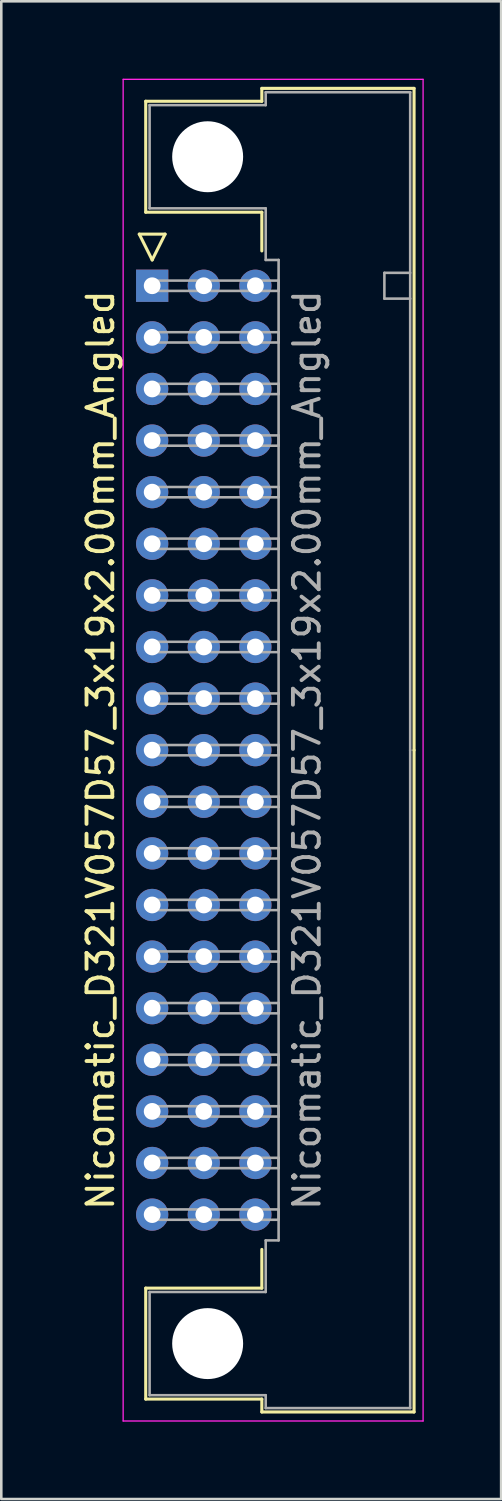
<source format=kicad_pcb>
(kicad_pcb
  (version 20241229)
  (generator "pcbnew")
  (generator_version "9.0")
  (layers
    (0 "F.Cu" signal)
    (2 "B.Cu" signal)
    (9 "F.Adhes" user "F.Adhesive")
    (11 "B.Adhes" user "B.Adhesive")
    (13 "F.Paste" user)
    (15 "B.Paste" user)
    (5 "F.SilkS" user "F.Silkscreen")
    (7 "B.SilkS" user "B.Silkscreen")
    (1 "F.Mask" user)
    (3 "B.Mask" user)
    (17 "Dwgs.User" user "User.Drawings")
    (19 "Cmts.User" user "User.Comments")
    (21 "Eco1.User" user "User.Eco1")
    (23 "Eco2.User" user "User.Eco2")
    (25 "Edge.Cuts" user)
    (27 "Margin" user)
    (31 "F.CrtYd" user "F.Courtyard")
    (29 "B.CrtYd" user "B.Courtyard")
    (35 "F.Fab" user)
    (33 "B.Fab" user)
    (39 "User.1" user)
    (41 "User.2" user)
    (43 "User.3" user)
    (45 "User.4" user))
  (footprint "Nicomatic_D321V057D57_3x19x2.00mm_Angled"
    (layer "F.Cu")
    (at 2.848 8.025)
    (property "Reference" "Nicomatic_D321V057D57_3x19x2.00mm_Angled" (at -2 18 90) (layer "F.SilkS") (effects (font (size 1 1) (thickness 0.15))))
    (attr through_hole)
    (fp_line (start -0.5 -2) (end 0 -1) (stroke (width 0.12) (type solid)) (layer "F.SilkS"))
    (fp_line (start -0.25 -7.15) (end -0.25 -2.85) (stroke (width 0.12) (type solid)) (layer "F.SilkS"))
    (fp_line (start -0.25 -2.85) (end 4.25 -2.85) (stroke (width 0.12) (type solid)) (layer "F.SilkS"))
    (fp_line (start -0.25 38.85) (end 4.25 38.85) (stroke (width 0.12) (type solid)) (layer "F.SilkS"))
    (fp_line (start -0.25 43.15) (end -0.25 38.85) (stroke (width 0.12) (type solid)) (layer "F.SilkS"))
    (fp_line (start 0 -1) (end 0.5 -2) (stroke (width 0.12) (type solid)) (layer "F.SilkS"))
    (fp_line (start 0.5 -2) (end -0.5 -2) (stroke (width 0.12) (type solid)) (layer "F.SilkS"))
    (fp_line (start 4.25 -7.65) (end 4.25 -7.15) (stroke (width 0.12) (type solid)) (layer "F.SilkS"))
    (fp_line (start 4.25 -7.15) (end -0.25 -7.15) (stroke (width 0.12) (type solid)) (layer "F.SilkS"))
    (fp_line (start 4.25 -2.85) (end 4.25 -1.35) (stroke (width 0.12) (type solid)) (layer "F.SilkS"))
    (fp_line (start 4.25 38.85) (end 4.25 37.35) (stroke (width 0.12) (type solid)) (layer "F.SilkS"))
    (fp_line (start 4.25 43.15) (end -0.25 43.15) (stroke (width 0.12) (type solid)) (layer "F.SilkS"))
    (fp_line (start 4.25 43.65) (end 4.25 43.15) (stroke (width 0.12) (type solid)) (layer "F.SilkS"))
    (fp_line (start 10.15 -7.65) (end 4.25 -7.65) (stroke (width 0.12) (type solid)) (layer "F.SilkS"))
    (fp_line (start 10.15 18) (end 10.15 -7.65) (stroke (width 0.12) (type solid)) (layer "F.SilkS"))
    (fp_line (start 10.15 18) (end 10.15 43.65) (stroke (width 0.12) (type solid)) (layer "F.SilkS"))
    (fp_line (start 10.15 43.65) (end 4.25 43.65) (stroke (width 0.12) (type solid)) (layer "F.SilkS"))
    (fp_line (start -1.125 -8) (end -1.125 44) (stroke (width 0.05) (type solid)) (layer "F.CrtYd"))
    (fp_line (start -1.125 44) (end 10.5 44) (stroke (width 0.05) (type solid)) (layer "F.CrtYd"))
    (fp_line (start 10.5 -8) (end -1.125 -8) (stroke (width 0.05) (type solid)) (layer "F.CrtYd"))
    (fp_line (start 10.5 44) (end 10.5 -8) (stroke (width 0.05) (type solid)) (layer "F.CrtYd"))
    (fp_line (start -0.1 -7) (end -0.1 -3) (stroke (width 0.1) (type solid)) (layer "F.Fab"))
    (fp_line (start -0.1 -3) (end 4.4 -3) (stroke (width 0.1) (type solid)) (layer "F.Fab"))
    (fp_line (start -0.1 39) (end 4.4 39) (stroke (width 0.1) (type solid)) (layer "F.Fab"))
    (fp_line (start -0.1 43) (end -0.1 39) (stroke (width 0.1) (type solid)) (layer "F.Fab"))
    (fp_line (start 0 -0.2) (end 0 0.2) (stroke (width 0.1) (type solid)) (layer "F.Fab"))
    (fp_line (start 0 0.2) (end 4.9 0.2) (stroke (width 0.1) (type solid)) (layer "F.Fab"))
    (fp_line (start 0 1.8) (end 0 2.2) (stroke (width 0.1) (type solid)) (layer "F.Fab"))
    (fp_line (start 0 2.2) (end 4.9 2.2) (stroke (width 0.1) (type solid)) (layer "F.Fab"))
    (fp_line (start 0 3.8) (end 0 4.2) (stroke (width 0.1) (type solid)) (layer "F.Fab"))
    (fp_line (start 0 4.2) (end 4.9 4.2) (stroke (width 0.1) (type solid)) (layer "F.Fab"))
    (fp_line (start 0 5.8) (end 0 6.2) (stroke (width 0.1) (type solid)) (layer "F.Fab"))
    (fp_line (start 0 6.2) (end 4.9 6.2) (stroke (width 0.1) (type solid)) (layer "F.Fab"))
    (fp_line (start 0 7.8) (end 0 8.2) (stroke (width 0.1) (type solid)) (layer "F.Fab"))
    (fp_line (start 0 8.2) (end 4.9 8.2) (stroke (width 0.1) (type solid)) (layer "F.Fab"))
    (fp_line (start 0 9.8) (end 0 10.2) (stroke (width 0.1) (type solid)) (layer "F.Fab"))
    (fp_line (start 0 10.2) (end 4.9 10.2) (stroke (width 0.1) (type solid)) (layer "F.Fab"))
    (fp_line (start 0 11.8) (end 0 12.2) (stroke (width 0.1) (type solid)) (layer "F.Fab"))
    (fp_line (start 0 12.2) (end 4.9 12.2) (stroke (width 0.1) (type solid)) (layer "F.Fab"))
    (fp_line (start 0 13.8) (end 0 14.2) (stroke (width 0.1) (type solid)) (layer "F.Fab"))
    (fp_line (start 0 14.2) (end 4.9 14.2) (stroke (width 0.1) (type solid)) (layer "F.Fab"))
    (fp_line (start 0 15.8) (end 0 16.2) (stroke (width 0.1) (type solid)) (layer "F.Fab"))
    (fp_line (start 0 16.2) (end 4.9 16.2) (stroke (width 0.1) (type solid)) (layer "F.Fab"))
    (fp_line (start 0 17.8) (end 0 18.2) (stroke (width 0.1) (type solid)) (layer "F.Fab"))
    (fp_line (start 0 18.2) (end 4.9 18.2) (stroke (width 0.1) (type solid)) (layer "F.Fab"))
    (fp_line (start 0 19.8) (end 0 20.2) (stroke (width 0.1) (type solid)) (layer "F.Fab"))
    (fp_line (start 0 20.2) (end 4.9 20.2) (stroke (width 0.1) (type solid)) (layer "F.Fab"))
    (fp_line (start 0 21.8) (end 0 22.2) (stroke (width 0.1) (type solid)) (layer "F.Fab"))
    (fp_line (start 0 22.2) (end 4.9 22.2) (stroke (width 0.1) (type solid)) (layer "F.Fab"))
    (fp_line (start 0 23.8) (end 0 24.2) (stroke (width 0.1) (type solid)) (layer "F.Fab"))
    (fp_line (start 0 24.2) (end 4.9 24.2) (stroke (width 0.1) (type solid)) (layer "F.Fab"))
    (fp_line (start 0 25.8) (end 0 26.2) (stroke (width 0.1) (type solid)) (layer "F.Fab"))
    (fp_line (start 0 26.2) (end 4.9 26.2) (stroke (width 0.1) (type solid)) (layer "F.Fab"))
    (fp_line (start 0 27.8) (end 0 28.2) (stroke (width 0.1) (type solid)) (layer "F.Fab"))
    (fp_line (start 0 28.2) (end 4.9 28.2) (stroke (width 0.1) (type solid)) (layer "F.Fab"))
    (fp_line (start 0 29.8) (end 0 30.2) (stroke (width 0.1) (type solid)) (layer "F.Fab"))
    (fp_line (start 0 30.2) (end 4.9 30.2) (stroke (width 0.1) (type solid)) (layer "F.Fab"))
    (fp_line (start 0 31.8) (end 0 32.2) (stroke (width 0.1) (type solid)) (layer "F.Fab"))
    (fp_line (start 0 32.2) (end 4.9 32.2) (stroke (width 0.1) (type solid)) (layer "F.Fab"))
    (fp_line (start 0 33.8) (end 0 34.2) (stroke (width 0.1) (type solid)) (layer "F.Fab"))
    (fp_line (start 0 34.2) (end 4.9 34.2) (stroke (width 0.1) (type solid)) (layer "F.Fab"))
    (fp_line (start 0 35.8) (end 0 36.2) (stroke (width 0.1) (type solid)) (layer "F.Fab"))
    (fp_line (start 0 36.2) (end 4.9 36.2) (stroke (width 0.1) (type solid)) (layer "F.Fab"))
    (fp_line (start 4.4 -7.5) (end 4.4 -7) (stroke (width 0.1) (type solid)) (layer "F.Fab"))
    (fp_line (start 4.4 -7) (end -0.1 -7) (stroke (width 0.1) (type solid)) (layer "F.Fab"))
    (fp_line (start 4.4 -3) (end 4.4 -1) (stroke (width 0.1) (type solid)) (layer "F.Fab"))
    (fp_line (start 4.4 -1) (end 4.9 -1) (stroke (width 0.1) (type solid)) (layer "F.Fab"))
    (fp_line (start 4.4 37) (end 4.9 37) (stroke (width 0.1) (type solid)) (layer "F.Fab"))
    (fp_line (start 4.4 39) (end 4.4 37) (stroke (width 0.1) (type solid)) (layer "F.Fab"))
    (fp_line (start 4.4 43) (end -0.1 43) (stroke (width 0.1) (type solid)) (layer "F.Fab"))
    (fp_line (start 4.4 43.5) (end 4.4 43) (stroke (width 0.1) (type solid)) (layer "F.Fab"))
    (fp_line (start 4.9 -1) (end 4.9 18) (stroke (width 0.1) (type solid)) (layer "F.Fab"))
    (fp_line (start 4.9 -0.2) (end 0 -0.2) (stroke (width 0.1) (type solid)) (layer "F.Fab"))
    (fp_line (start 4.9 0.2) (end 4.9 -0.2) (stroke (width 0.1) (type solid)) (layer "F.Fab"))
    (fp_line (start 4.9 1.8) (end 0 1.8) (stroke (width 0.1) (type solid)) (layer "F.Fab"))
    (fp_line (start 4.9 2.2) (end 4.9 1.8) (stroke (width 0.1) (type solid)) (layer "F.Fab"))
    (fp_line (start 4.9 3.8) (end 0 3.8) (stroke (width 0.1) (type solid)) (layer "F.Fab"))
    (fp_line (start 4.9 4.2) (end 4.9 3.8) (stroke (width 0.1) (type solid)) (layer "F.Fab"))
    (fp_line (start 4.9 5.8) (end 0 5.8) (stroke (width 0.1) (type solid)) (layer "F.Fab"))
    (fp_line (start 4.9 6.2) (end 4.9 5.8) (stroke (width 0.1) (type solid)) (layer "F.Fab"))
    (fp_line (start 4.9 7.8) (end 0 7.8) (stroke (width 0.1) (type solid)) (layer "F.Fab"))
    (fp_line (start 4.9 8.2) (end 4.9 7.8) (stroke (width 0.1) (type solid)) (layer "F.Fab"))
    (fp_line (start 4.9 9.8) (end 0 9.8) (stroke (width 0.1) (type solid)) (layer "F.Fab"))
    (fp_line (start 4.9 10.2) (end 4.9 9.8) (stroke (width 0.1) (type solid)) (layer "F.Fab"))
    (fp_line (start 4.9 11.8) (end 0 11.8) (stroke (width 0.1) (type solid)) (layer "F.Fab"))
    (fp_line (start 4.9 12.2) (end 4.9 11.8) (stroke (width 0.1) (type solid)) (layer "F.Fab"))
    (fp_line (start 4.9 13.8) (end 0 13.8) (stroke (width 0.1) (type solid)) (layer "F.Fab"))
    (fp_line (start 4.9 14.2) (end 4.9 13.8) (stroke (width 0.1) (type solid)) (layer "F.Fab"))
    (fp_line (start 4.9 15.8) (end 0 15.8) (stroke (width 0.1) (type solid)) (layer "F.Fab"))
    (fp_line (start 4.9 16.2) (end 4.9 15.8) (stroke (width 0.1) (type solid)) (layer "F.Fab"))
    (fp_line (start 4.9 17.8) (end 0 17.8) (stroke (width 0.1) (type solid)) (layer "F.Fab"))
    (fp_line (start 4.9 18.2) (end 4.9 17.8) (stroke (width 0.1) (type solid)) (layer "F.Fab"))
    (fp_line (start 4.9 19.8) (end 0 19.8) (stroke (width 0.1) (type solid)) (layer "F.Fab"))
    (fp_line (start 4.9 20.2) (end 4.9 19.8) (stroke (width 0.1) (type solid)) (layer "F.Fab"))
    (fp_line (start 4.9 21.8) (end 0 21.8) (stroke (width 0.1) (type solid)) (layer "F.Fab"))
    (fp_line (start 4.9 22.2) (end 4.9 21.8) (stroke (width 0.1) (type solid)) (layer "F.Fab"))
    (fp_line (start 4.9 23.8) (end 0 23.8) (stroke (width 0.1) (type solid)) (layer "F.Fab"))
    (fp_line (start 4.9 24.2) (end 4.9 23.8) (stroke (width 0.1) (type solid)) (layer "F.Fab"))
    (fp_line (start 4.9 25.8) (end 0 25.8) (stroke (width 0.1) (type solid)) (layer "F.Fab"))
    (fp_line (start 4.9 26.2) (end 4.9 25.8) (stroke (width 0.1) (type solid)) (layer "F.Fab"))
    (fp_line (start 4.9 27.8) (end 0 27.8) (stroke (width 0.1) (type solid)) (layer "F.Fab"))
    (fp_line (start 4.9 28.2) (end 4.9 27.8) (stroke (width 0.1) (type solid)) (layer "F.Fab"))
    (fp_line (start 4.9 29.8) (end 0 29.8) (stroke (width 0.1) (type solid)) (layer "F.Fab"))
    (fp_line (start 4.9 30.2) (end 4.9 29.8) (stroke (width 0.1) (type solid)) (layer "F.Fab"))
    (fp_line (start 4.9 31.8) (end 0 31.8) (stroke (width 0.1) (type solid)) (layer "F.Fab"))
    (fp_line (start 4.9 32.2) (end 4.9 31.8) (stroke (width 0.1) (type solid)) (layer "F.Fab"))
    (fp_line (start 4.9 33.8) (end 0 33.8) (stroke (width 0.1) (type solid)) (layer "F.Fab"))
    (fp_line (start 4.9 34.2) (end 4.9 33.8) (stroke (width 0.1) (type solid)) (layer "F.Fab"))
    (fp_line (start 4.9 35.8) (end 0 35.8) (stroke (width 0.1) (type solid)) (layer "F.Fab"))
    (fp_line (start 4.9 36.2) (end 4.9 35.8) (stroke (width 0.1) (type solid)) (layer "F.Fab"))
    (fp_line (start 4.9 37) (end 4.9 18) (stroke (width 0.1) (type solid)) (layer "F.Fab"))
    (fp_line (start 9 -0.5) (end 9 0.5) (stroke (width 0.1) (type solid)) (layer "F.Fab"))
    (fp_line (start 9 0.5) (end 10 0.5) (stroke (width 0.1) (type solid)) (layer "F.Fab"))
    (fp_line (start 10 -7.5) (end 4.4 -7.5) (stroke (width 0.1) (type solid)) (layer "F.Fab"))
    (fp_line (start 10 -0.5) (end 9 -0.5) (stroke (width 0.1) (type solid)) (layer "F.Fab"))
    (fp_line (start 10 18) (end 10 -7.5) (stroke (width 0.1) (type solid)) (layer "F.Fab"))
    (fp_line (start 10 18) (end 10 43.5) (stroke (width 0.1) (type solid)) (layer "F.Fab"))
    (fp_line (start 10 43.5) (end 4.4 43.5) (stroke (width 0.1) (type solid)) (layer "F.Fab"))
    (fp_text user "${REFERENCE}" (at 6 18 90) (layer "F.Fab") (effects (font (size 1 1) (thickness 0.15))))
    (pad "" np_thru_hole circle (at 2.15 -5) (size 2.75 2.75) (drill 2.75) (layers "*.Cu" "*.Mask"))
    (pad "" np_thru_hole circle (at 2.15 41) (size 2.75 2.75) (drill 2.75) (layers "*.Cu" "*.Mask"))
    (pad "1" thru_hole rect (at 0 0) (size 1.25 1.25) (drill 0.65) (layers "*.Cu" "*.Mask"))
    (pad "2" thru_hole oval (at 0 2) (size 1.25 1.25) (drill 0.65) (layers "*.Cu" "*.Mask"))
    (pad "3" thru_hole oval (at 0 4) (size 1.25 1.25) (drill 0.65) (layers "*.Cu" "*.Mask"))
    (pad "4" thru_hole oval (at 0 6) (size 1.25 1.25) (drill 0.65) (layers "*.Cu" "*.Mask"))
    (pad "5" thru_hole oval (at 0 8) (size 1.25 1.25) (drill 0.65) (layers "*.Cu" "*.Mask"))
    (pad "6" thru_hole oval (at 0 10) (size 1.25 1.25) (drill 0.65) (layers "*.Cu" "*.Mask"))
    (pad "7" thru_hole oval (at 0 12) (size 1.25 1.25) (drill 0.65) (layers "*.Cu" "*.Mask"))
    (pad "8" thru_hole oval (at 0 14) (size 1.25 1.25) (drill 0.65) (layers "*.Cu" "*.Mask"))
    (pad "9" thru_hole oval (at 0 16) (size 1.25 1.25) (drill 0.65) (layers "*.Cu" "*.Mask"))
    (pad "10" thru_hole oval (at 0 18) (size 1.25 1.25) (drill 0.65) (layers "*.Cu" "*.Mask"))
    (pad "11" thru_hole oval (at 0 20) (size 1.25 1.25) (drill 0.65) (layers "*.Cu" "*.Mask"))
    (pad "12" thru_hole oval (at 0 22) (size 1.25 1.25) (drill 0.65) (layers "*.Cu" "*.Mask"))
    (pad "13" thru_hole oval (at 0 24) (size 1.25 1.25) (drill 0.65) (layers "*.Cu" "*.Mask"))
    (pad "14" thru_hole oval (at 0 26) (size 1.25 1.25) (drill 0.65) (layers "*.Cu" "*.Mask"))
    (pad "15" thru_hole oval (at 0 28) (size 1.25 1.25) (drill 0.65) (layers "*.Cu" "*.Mask"))
    (pad "16" thru_hole oval (at 0 30) (size 1.25 1.25) (drill 0.65) (layers "*.Cu" "*.Mask"))
    (pad "17" thru_hole oval (at 0 32) (size 1.25 1.25) (drill 0.65) (layers "*.Cu" "*.Mask"))
    (pad "18" thru_hole oval (at 0 34) (size 1.25 1.25) (drill 0.65) (layers "*.Cu" "*.Mask"))
    (pad "19" thru_hole oval (at 0 36) (size 1.25 1.25) (drill 0.65) (layers "*.Cu" "*.Mask"))
    (pad "20" thru_hole oval (at 2 0) (size 1.25 1.25) (drill 0.65) (layers "*.Cu" "*.Mask"))
    (pad "21" thru_hole oval (at 2 2) (size 1.25 1.25) (drill 0.65) (layers "*.Cu" "*.Mask"))
    (pad "22" thru_hole oval (at 2 4) (size 1.25 1.25) (drill 0.65) (layers "*.Cu" "*.Mask"))
    (pad "23" thru_hole oval (at 2 6) (size 1.25 1.25) (drill 0.65) (layers "*.Cu" "*.Mask"))
    (pad "24" thru_hole oval (at 2 8) (size 1.25 1.25) (drill 0.65) (layers "*.Cu" "*.Mask"))
    (pad "25" thru_hole oval (at 2 10) (size 1.25 1.25) (drill 0.65) (layers "*.Cu" "*.Mask"))
    (pad "26" thru_hole oval (at 2 12) (size 1.25 1.25) (drill 0.65) (layers "*.Cu" "*.Mask"))
    (pad "27" thru_hole oval (at 2 14) (size 1.25 1.25) (drill 0.65) (layers "*.Cu" "*.Mask"))
    (pad "28" thru_hole oval (at 2 16) (size 1.25 1.25) (drill 0.65) (layers "*.Cu" "*.Mask"))
    (pad "29" thru_hole oval (at 2 18) (size 1.25 1.25) (drill 0.65) (layers "*.Cu" "*.Mask"))
    (pad "30" thru_hole oval (at 2 20) (size 1.25 1.25) (drill 0.65) (layers "*.Cu" "*.Mask"))
    (pad "31" thru_hole oval (at 2 22) (size 1.25 1.25) (drill 0.65) (layers "*.Cu" "*.Mask"))
    (pad "32" thru_hole oval (at 2 24) (size 1.25 1.25) (drill 0.65) (layers "*.Cu" "*.Mask"))
    (pad "33" thru_hole oval (at 2 26) (size 1.25 1.25) (drill 0.65) (layers "*.Cu" "*.Mask"))
    (pad "34" thru_hole oval (at 2 28) (size 1.25 1.25) (drill 0.65) (layers "*.Cu" "*.Mask"))
    (pad "35" thru_hole oval (at 2 30) (size 1.25 1.25) (drill 0.65) (layers "*.Cu" "*.Mask"))
    (pad "36" thru_hole oval (at 2 32) (size 1.25 1.25) (drill 0.65) (layers "*.Cu" "*.Mask"))
    (pad "37" thru_hole oval (at 2 34) (size 1.25 1.25) (drill 0.65) (layers "*.Cu" "*.Mask"))
    (pad "38" thru_hole oval (at 2 36) (size 1.25 1.25) (drill 0.65) (layers "*.Cu" "*.Mask"))
    (pad "39" thru_hole oval (at 4 0) (size 1.25 1.25) (drill 0.65) (layers "*.Cu" "*.Mask"))
    (pad "40" thru_hole oval (at 4 2) (size 1.25 1.25) (drill 0.65) (layers "*.Cu" "*.Mask"))
    (pad "41" thru_hole oval (at 4 4) (size 1.25 1.25) (drill 0.65) (layers "*.Cu" "*.Mask"))
    (pad "42" thru_hole oval (at 4 6) (size 1.25 1.25) (drill 0.65) (layers "*.Cu" "*.Mask"))
    (pad "43" thru_hole oval (at 4 8) (size 1.25 1.25) (drill 0.65) (layers "*.Cu" "*.Mask"))
    (pad "44" thru_hole oval (at 4 10) (size 1.25 1.25) (drill 0.65) (layers "*.Cu" "*.Mask"))
    (pad "45" thru_hole oval (at 4 12) (size 1.25 1.25) (drill 0.65) (layers "*.Cu" "*.Mask"))
    (pad "46" thru_hole oval (at 4 14) (size 1.25 1.25) (drill 0.65) (layers "*.Cu" "*.Mask"))
    (pad "47" thru_hole oval (at 4 16) (size 1.25 1.25) (drill 0.65) (layers "*.Cu" "*.Mask"))
    (pad "48" thru_hole oval (at 4 18) (size 1.25 1.25) (drill 0.65) (layers "*.Cu" "*.Mask"))
    (pad "49" thru_hole oval (at 4 20) (size 1.25 1.25) (drill 0.65) (layers "*.Cu" "*.Mask"))
    (pad "50" thru_hole oval (at 4 22) (size 1.25 1.25) (drill 0.65) (layers "*.Cu" "*.Mask"))
    (pad "51" thru_hole oval (at 4 24) (size 1.25 1.25) (drill 0.65) (layers "*.Cu" "*.Mask"))
    (pad "52" thru_hole oval (at 4 26) (size 1.25 1.25) (drill 0.65) (layers "*.Cu" "*.Mask"))
    (pad "53" thru_hole oval (at 4 28) (size 1.25 1.25) (drill 0.65) (layers "*.Cu" "*.Mask"))
    (pad "54" thru_hole oval (at 4 30) (size 1.25 1.25) (drill 0.65) (layers "*.Cu" "*.Mask"))
    (pad "55" thru_hole oval (at 4 32) (size 1.25 1.25) (drill 0.65) (layers "*.Cu" "*.Mask"))
    (pad "56" thru_hole oval (at 4 34) (size 1.25 1.25) (drill 0.65) (layers "*.Cu" "*.Mask"))
    (pad "57" thru_hole oval (at 4 36) (size 1.25 1.25) (drill 0.65) (layers "*.Cu" "*.Mask")))
  (gr_rect
    (start -3 -3)
    (end 16.373 55.05)
    (stroke (width 0.1) (type default))
    (fill no)
    (layer "Edge.Cuts")))
</source>
